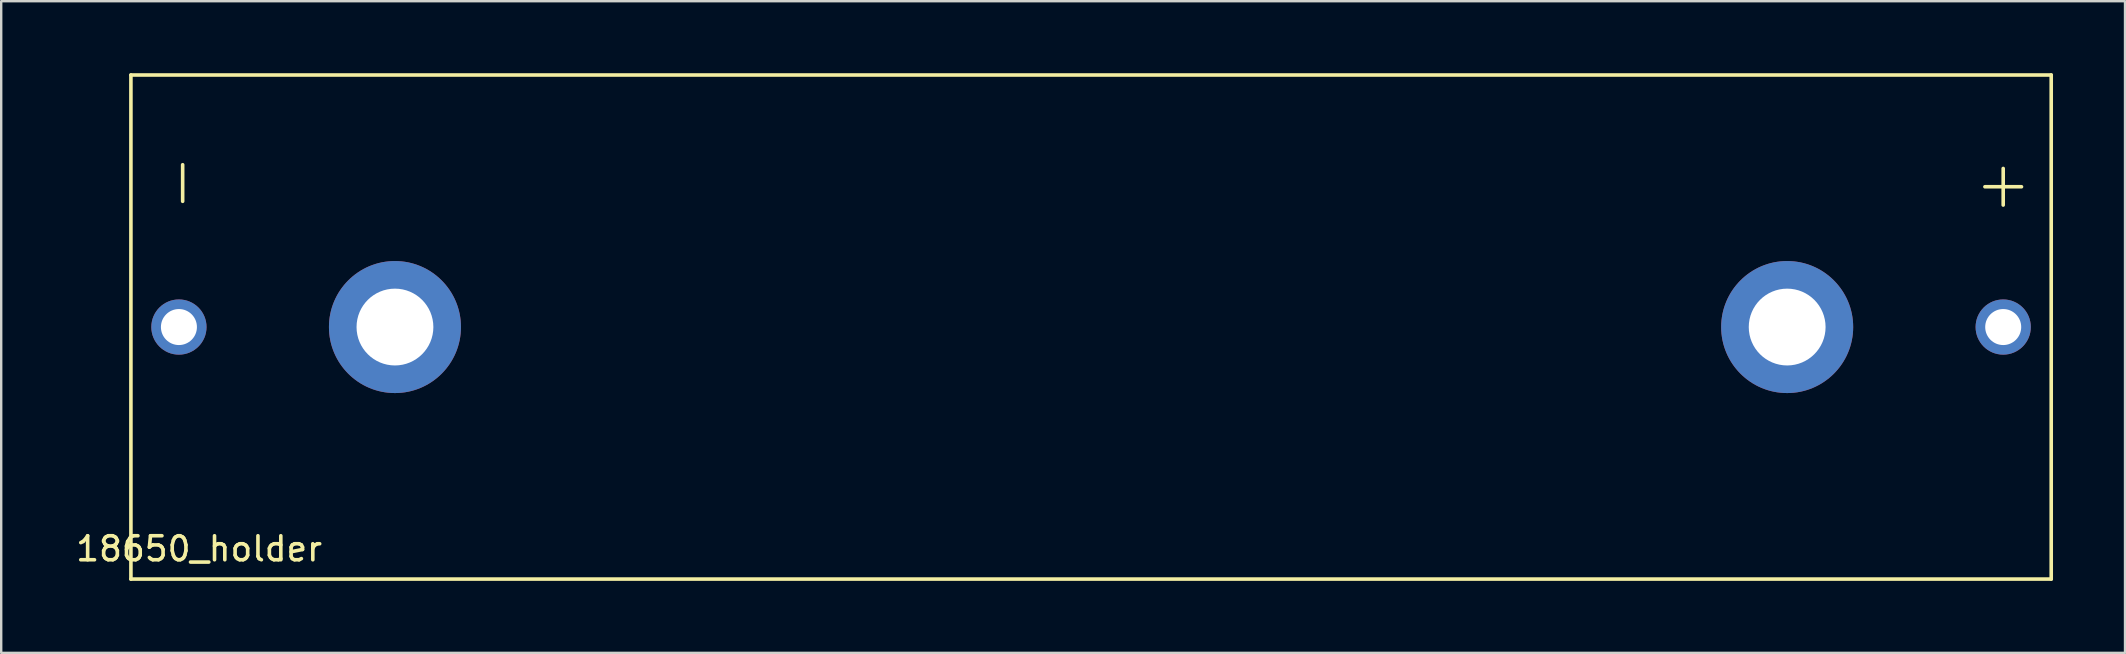
<source format=kicad_pcb>
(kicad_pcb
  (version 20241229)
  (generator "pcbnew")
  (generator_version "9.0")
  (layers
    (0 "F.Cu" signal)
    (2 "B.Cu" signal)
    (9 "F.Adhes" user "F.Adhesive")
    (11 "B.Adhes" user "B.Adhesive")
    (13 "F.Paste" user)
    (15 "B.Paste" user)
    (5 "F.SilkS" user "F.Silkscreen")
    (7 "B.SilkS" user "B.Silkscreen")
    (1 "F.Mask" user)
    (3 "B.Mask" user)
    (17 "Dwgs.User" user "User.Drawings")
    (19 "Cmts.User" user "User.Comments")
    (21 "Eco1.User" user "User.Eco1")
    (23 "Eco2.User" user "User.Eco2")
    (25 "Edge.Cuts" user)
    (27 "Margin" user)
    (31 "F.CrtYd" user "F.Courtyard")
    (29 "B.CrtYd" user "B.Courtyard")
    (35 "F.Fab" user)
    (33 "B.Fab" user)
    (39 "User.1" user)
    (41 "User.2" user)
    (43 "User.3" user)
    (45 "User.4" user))
  (footprint "18650_holder"
    (layer "F.Cu")
    (at 42.404 10.575)
    (property "Reference" "18650_holder" (at -37.16 9.24 0) (layer "F.SilkS") (effects (font (size 1 1) (thickness 0.15))))
    (attr through_hole)
    (fp_line (start -40 -10.5) (end 40 -10.5) (stroke (width 0.15) (type solid)) (layer "F.SilkS"))
    (fp_line (start -40 10.5) (end -40 -10.5) (stroke (width 0.15) (type solid)) (layer "F.SilkS"))
    (fp_line (start 40 -10.5) (end 40 10.5) (stroke (width 0.15) (type solid)) (layer "F.SilkS"))
    (fp_line (start 40 10.5) (end -40 10.5) (stroke (width 0.15) (type solid)) (layer "F.SilkS"))
    (fp_text user "-" (at -38 -6 90) (layer "F.SilkS") (effects (font (size 2 2) (thickness 0.15))))
    (fp_text user "+" (at 38 -6 0) (layer "F.SilkS") (effects (font (size 2 2) (thickness 0.15))))
    (pad "" np_thru_hole circle (at -29 0) (size 5.5 5.5) (drill 3.2) (layers "*.Cu" "*.Mask"))
    (pad "" np_thru_hole circle (at 29 0) (size 5.5 5.5) (drill 3.2) (layers "*.Cu" "*.Mask"))
    (pad "1" thru_hole circle (at -38 0) (size 2.3 2.3) (drill 1.5) (layers "*.Cu" "*.Mask"))
    (pad "2" thru_hole circle (at 38 0) (size 2.3 2.3) (drill 1.5) (layers "*.Cu" "*.Mask")))
  (gr_rect
    (start -3 -3)
    (end 85.479 24.15)
    (stroke (width 0.1) (type default))
    (fill no)
    (layer "Edge.Cuts")))
</source>
